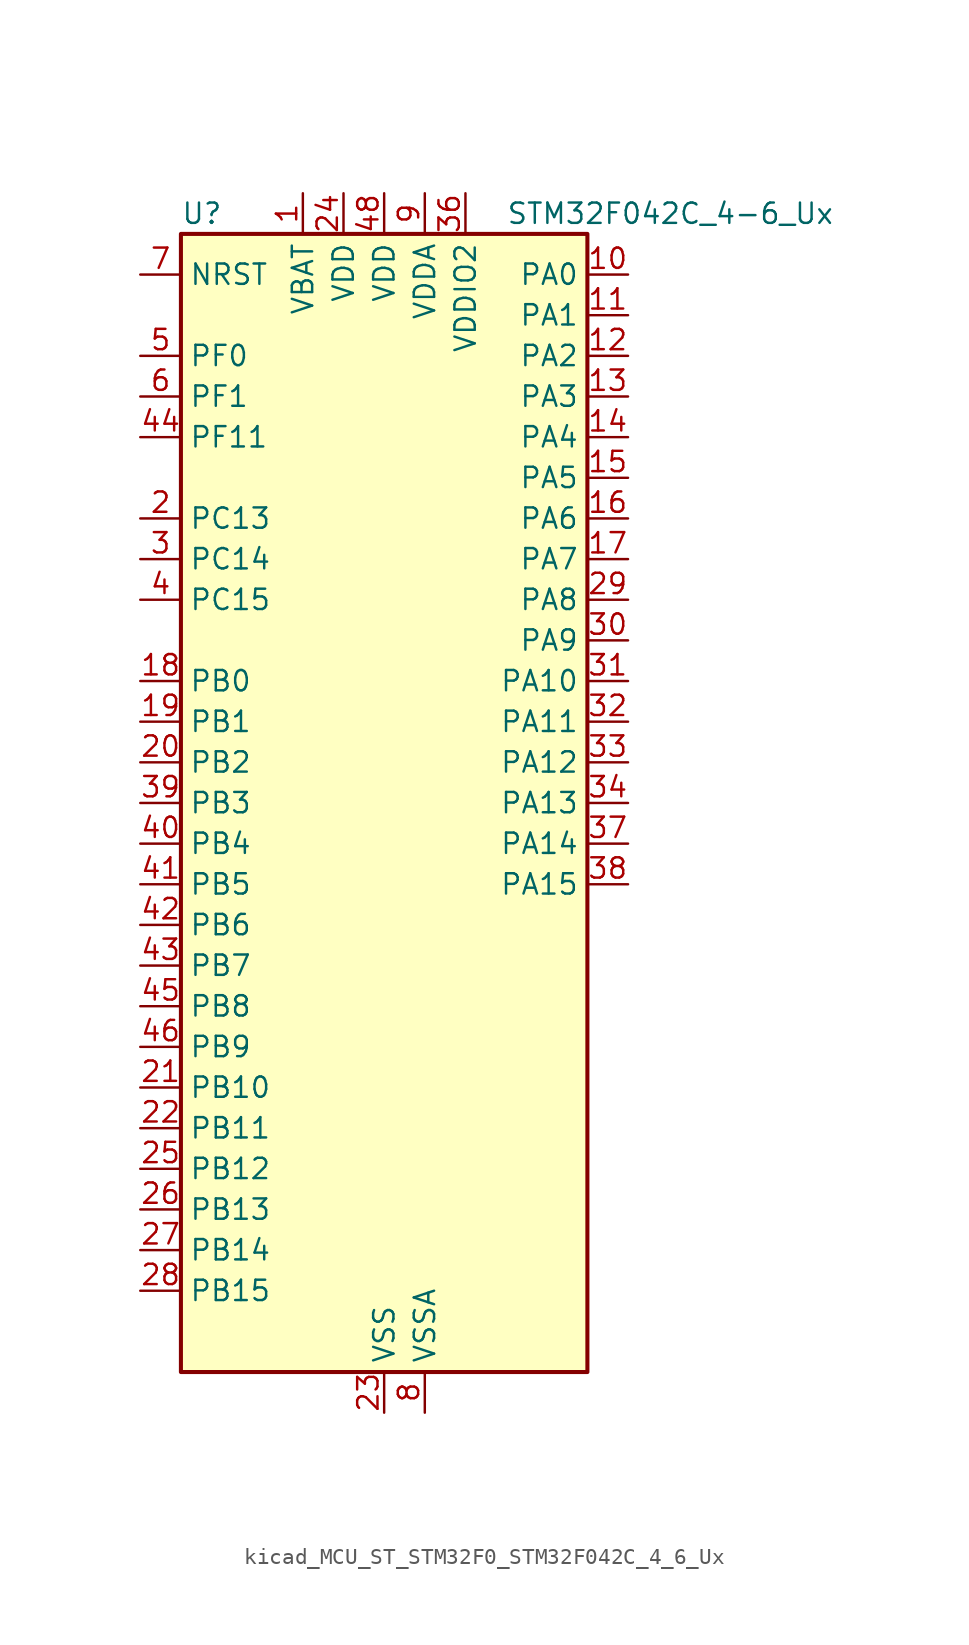
<source format=kicad_sym>
(kicad_symbol_lib
  (version 20220914)
  (generator kicad_symbol_editor)
  (symbol "kicad_MCU_ST_STM32F0_STM32F042C_4_6_Ux"
    (property "Reference" "U"
      (at -12.7 36.83 0)
      (effects (font (size 1.27 1.27)) (justify left)))
    (property "Value" "STM32F042C_4-6_Ux"
      (at 7.62 36.83 0)
      (effects (font (size 1.27 1.27)) (justify left)))
    (property "ki_locked" ""
      (at 0 0 0)
      (effects (font (size 1.27 1.27))))
    (symbol "kicad_MCU_ST_STM32F0_STM32F042C_4_6_Ux_0_1"
      (rectangle (start -12.7 -35.56) (end 12.7 35.56) (stroke (width 0.254) (type default)) (fill (type background))))
    (symbol "kicad_MCU_ST_STM32F0_STM32F042C_4_6_Ux_1_1"
      (pin power_in line (at -5.08 38.1 270) (length 2.54) (name "VBAT" (effects (font (size 1.27 1.27)))) (number "1" (effects (font (size 1.27 1.27)))))
      (pin bidirectional line (at 15.24 33.02 180) (length 2.54) (name "PA0" (effects (font (size 1.27 1.27)))) (number "10" (effects (font (size 1.27 1.27)))) (alternate "ADC_IN0" bidirectional line) (alternate "RTC_TAMP2" bidirectional line) (alternate "SYS_WKUP1" bidirectional line) (alternate "TIM2_CH1" bidirectional line) (alternate "TIM2_ETR" bidirectional line) (alternate "TSC_G1_IO1" bidirectional line) (alternate "USART2_CTS" bidirectional line))
      (pin bidirectional line (at 15.24 30.48 180) (length 2.54) (name "PA1" (effects (font (size 1.27 1.27)))) (number "11" (effects (font (size 1.27 1.27)))) (alternate "ADC_IN1" bidirectional line) (alternate "TIM2_CH2" bidirectional line) (alternate "TSC_G1_IO2" bidirectional line) (alternate "USART2_DE" bidirectional line) (alternate "USART2_RTS" bidirectional line))
      (pin bidirectional line (at 15.24 27.94 180) (length 2.54) (name "PA2" (effects (font (size 1.27 1.27)))) (number "12" (effects (font (size 1.27 1.27)))) (alternate "ADC_IN2" bidirectional line) (alternate "SYS_WKUP4" bidirectional line) (alternate "TIM2_CH3" bidirectional line) (alternate "TSC_G1_IO3" bidirectional line) (alternate "USART2_TX" bidirectional line))
      (pin bidirectional line (at 15.24 25.4 180) (length 2.54) (name "PA3" (effects (font (size 1.27 1.27)))) (number "13" (effects (font (size 1.27 1.27)))) (alternate "ADC_IN3" bidirectional line) (alternate "TIM2_CH4" bidirectional line) (alternate "TSC_G1_IO4" bidirectional line) (alternate "USART2_RX" bidirectional line))
      (pin bidirectional line (at 15.24 22.86 180) (length 2.54) (name "PA4" (effects (font (size 1.27 1.27)))) (number "14" (effects (font (size 1.27 1.27)))) (alternate "ADC_IN4" bidirectional line) (alternate "I2S1_WS" bidirectional line) (alternate "SPI1_NSS" bidirectional line) (alternate "TIM14_CH1" bidirectional line) (alternate "TSC_G2_IO1" bidirectional line) (alternate "USART2_CK" bidirectional line) (alternate "USB_NOE" bidirectional line))
      (pin bidirectional line (at 15.24 20.32 180) (length 2.54) (name "PA5" (effects (font (size 1.27 1.27)))) (number "15" (effects (font (size 1.27 1.27)))) (alternate "ADC_IN5" bidirectional line) (alternate "CEC" bidirectional line) (alternate "I2S1_CK" bidirectional line) (alternate "SPI1_SCK" bidirectional line) (alternate "TIM2_CH1" bidirectional line) (alternate "TIM2_ETR" bidirectional line) (alternate "TSC_G2_IO2" bidirectional line))
      (pin bidirectional line (at 15.24 17.78 180) (length 2.54) (name "PA6" (effects (font (size 1.27 1.27)))) (number "16" (effects (font (size 1.27 1.27)))) (alternate "ADC_IN6" bidirectional line) (alternate "I2S1_MCK" bidirectional line) (alternate "SPI1_MISO" bidirectional line) (alternate "TIM16_CH1" bidirectional line) (alternate "TIM1_BKIN" bidirectional line) (alternate "TIM3_CH1" bidirectional line) (alternate "TSC_G2_IO3" bidirectional line))
      (pin bidirectional line (at 15.24 15.24 180) (length 2.54) (name "PA7" (effects (font (size 1.27 1.27)))) (number "17" (effects (font (size 1.27 1.27)))) (alternate "ADC_IN7" bidirectional line) (alternate "I2S1_SD" bidirectional line) (alternate "SPI1_MOSI" bidirectional line) (alternate "TIM14_CH1" bidirectional line) (alternate "TIM17_CH1" bidirectional line) (alternate "TIM1_CH1N" bidirectional line) (alternate "TIM3_CH2" bidirectional line) (alternate "TSC_G2_IO4" bidirectional line))
      (pin bidirectional line (at -15.24 7.62 0) (length 2.54) (name "PB0" (effects (font (size 1.27 1.27)))) (number "18" (effects (font (size 1.27 1.27)))) (alternate "ADC_IN8" bidirectional line) (alternate "TIM1_CH2N" bidirectional line) (alternate "TIM3_CH3" bidirectional line) (alternate "TSC_G3_IO2" bidirectional line))
      (pin bidirectional line (at -15.24 5.08 0) (length 2.54) (name "PB1" (effects (font (size 1.27 1.27)))) (number "19" (effects (font (size 1.27 1.27)))) (alternate "ADC_IN9" bidirectional line) (alternate "TIM14_CH1" bidirectional line) (alternate "TIM1_CH3N" bidirectional line) (alternate "TIM3_CH4" bidirectional line) (alternate "TSC_G3_IO3" bidirectional line))
      (pin bidirectional line (at -15.24 17.78 0) (length 2.54) (name "PC13" (effects (font (size 1.27 1.27)))) (number "2" (effects (font (size 1.27 1.27)))) (alternate "RTC_OUT_ALARM" bidirectional line) (alternate "RTC_OUT_CALIB" bidirectional line) (alternate "RTC_TAMP1" bidirectional line) (alternate "RTC_TS" bidirectional line) (alternate "SYS_WKUP2" bidirectional line))
      (pin bidirectional line (at -15.24 2.54 0) (length 2.54) (name "PB2" (effects (font (size 1.27 1.27)))) (number "20" (effects (font (size 1.27 1.27)))) (alternate "TSC_G3_IO4" bidirectional line))
      (pin bidirectional line (at -15.24 -17.78 0) (length 2.54) (name "PB10" (effects (font (size 1.27 1.27)))) (number "21" (effects (font (size 1.27 1.27)))) (alternate "CEC" bidirectional line) (alternate "I2C1_SCL" bidirectional line) (alternate "SPI2_SCK" bidirectional line) (alternate "TIM2_CH3" bidirectional line) (alternate "TSC_SYNC" bidirectional line))
      (pin bidirectional line (at -15.24 -20.32 0) (length 2.54) (name "PB11" (effects (font (size 1.27 1.27)))) (number "22" (effects (font (size 1.27 1.27)))) (alternate "I2C1_SDA" bidirectional line) (alternate "TIM2_CH4" bidirectional line))
      (pin power_in line (at 0 -38.1 90) (length 2.54) (name "VSS" (effects (font (size 1.27 1.27)))) (number "23" (effects (font (size 1.27 1.27)))))
      (pin power_in line (at -2.54 38.1 270) (length 2.54) (name "VDD" (effects (font (size 1.27 1.27)))) (number "24" (effects (font (size 1.27 1.27)))))
      (pin bidirectional line (at -15.24 -22.86 0) (length 2.54) (name "PB12" (effects (font (size 1.27 1.27)))) (number "25" (effects (font (size 1.27 1.27)))) (alternate "SPI2_NSS" bidirectional line) (alternate "TIM1_BKIN" bidirectional line))
      (pin bidirectional line (at -15.24 -25.4 0) (length 2.54) (name "PB13" (effects (font (size 1.27 1.27)))) (number "26" (effects (font (size 1.27 1.27)))) (alternate "I2C1_SCL" bidirectional line) (alternate "SPI2_SCK" bidirectional line) (alternate "TIM1_CH1N" bidirectional line))
      (pin bidirectional line (at -15.24 -27.94 0) (length 2.54) (name "PB14" (effects (font (size 1.27 1.27)))) (number "27" (effects (font (size 1.27 1.27)))) (alternate "I2C1_SDA" bidirectional line) (alternate "SPI2_MISO" bidirectional line) (alternate "TIM1_CH2N" bidirectional line))
      (pin bidirectional line (at -15.24 -30.48 0) (length 2.54) (name "PB15" (effects (font (size 1.27 1.27)))) (number "28" (effects (font (size 1.27 1.27)))) (alternate "RTC_REFIN" bidirectional line) (alternate "SPI2_MOSI" bidirectional line) (alternate "SYS_WKUP7" bidirectional line) (alternate "TIM1_CH3N" bidirectional line))
      (pin bidirectional line (at 15.24 12.7 180) (length 2.54) (name "PA8" (effects (font (size 1.27 1.27)))) (number "29" (effects (font (size 1.27 1.27)))) (alternate "CRS_SYNC" bidirectional line) (alternate "RCC_MCO" bidirectional line) (alternate "TIM1_CH1" bidirectional line) (alternate "USART1_CK" bidirectional line))
      (pin bidirectional line (at -15.24 15.24 0) (length 2.54) (name "PC14" (effects (font (size 1.27 1.27)))) (number "3" (effects (font (size 1.27 1.27)))) (alternate "RCC_OSC32_IN" bidirectional line))
      (pin bidirectional line (at 15.24 10.16 180) (length 2.54) (name "PA9" (effects (font (size 1.27 1.27)))) (number "30" (effects (font (size 1.27 1.27)))) (alternate "I2C1_SCL" bidirectional line) (alternate "TIM1_CH2" bidirectional line) (alternate "TSC_G4_IO1" bidirectional line) (alternate "USART1_TX" bidirectional line))
      (pin bidirectional line (at 15.24 7.62 180) (length 2.54) (name "PA10" (effects (font (size 1.27 1.27)))) (number "31" (effects (font (size 1.27 1.27)))) (alternate "I2C1_SDA" bidirectional line) (alternate "TIM17_BKIN" bidirectional line) (alternate "TIM1_CH3" bidirectional line) (alternate "TSC_G4_IO2" bidirectional line) (alternate "USART1_RX" bidirectional line))
      (pin bidirectional line (at 15.24 5.08 180) (length 2.54) (name "PA11" (effects (font (size 1.27 1.27)))) (number "32" (effects (font (size 1.27 1.27)))) (alternate "CAN_RX" bidirectional line) (alternate "I2C1_SCL" bidirectional line) (alternate "TIM1_CH4" bidirectional line) (alternate "TSC_G4_IO3" bidirectional line) (alternate "USART1_CTS" bidirectional line) (alternate "USB_DM" bidirectional line))
      (pin bidirectional line (at 15.24 2.54 180) (length 2.54) (name "PA12" (effects (font (size 1.27 1.27)))) (number "33" (effects (font (size 1.27 1.27)))) (alternate "CAN_TX" bidirectional line) (alternate "I2C1_SDA" bidirectional line) (alternate "TIM1_ETR" bidirectional line) (alternate "TSC_G4_IO4" bidirectional line) (alternate "USART1_DE" bidirectional line) (alternate "USART1_RTS" bidirectional line) (alternate "USB_DP" bidirectional line))
      (pin bidirectional line (at 15.24 0 180) (length 2.54) (name "PA13" (effects (font (size 1.27 1.27)))) (number "34" (effects (font (size 1.27 1.27)))) (alternate "IR_OUT" bidirectional line) (alternate "SYS_SWDIO" bidirectional line) (alternate "USB_NOE" bidirectional line))
      (pin passive line (at 0 -38.1 90) (length 2.54) hide (name "VSS" (effects (font (size 1.27 1.27)))) (number "35" (effects (font (size 1.27 1.27)))))
      (pin power_in line (at 5.08 38.1 270) (length 2.54) (name "VDDIO2" (effects (font (size 1.27 1.27)))) (number "36" (effects (font (size 1.27 1.27)))))
      (pin bidirectional line (at 15.24 -2.54 180) (length 2.54) (name "PA14" (effects (font (size 1.27 1.27)))) (number "37" (effects (font (size 1.27 1.27)))) (alternate "SYS_SWCLK" bidirectional line) (alternate "USART2_TX" bidirectional line))
      (pin bidirectional line (at 15.24 -5.08 180) (length 2.54) (name "PA15" (effects (font (size 1.27 1.27)))) (number "38" (effects (font (size 1.27 1.27)))) (alternate "I2S1_WS" bidirectional line) (alternate "SPI1_NSS" bidirectional line) (alternate "TIM2_CH1" bidirectional line) (alternate "TIM2_ETR" bidirectional line) (alternate "USART2_RX" bidirectional line) (alternate "USB_NOE" bidirectional line))
      (pin bidirectional line (at -15.24 0 0) (length 2.54) (name "PB3" (effects (font (size 1.27 1.27)))) (number "39" (effects (font (size 1.27 1.27)))) (alternate "I2S1_CK" bidirectional line) (alternate "SPI1_SCK" bidirectional line) (alternate "TIM2_CH2" bidirectional line) (alternate "TSC_G5_IO1" bidirectional line))
      (pin bidirectional line (at -15.24 12.7 0) (length 2.54) (name "PC15" (effects (font (size 1.27 1.27)))) (number "4" (effects (font (size 1.27 1.27)))) (alternate "RCC_OSC32_OUT" bidirectional line))
      (pin bidirectional line (at -15.24 -2.54 0) (length 2.54) (name "PB4" (effects (font (size 1.27 1.27)))) (number "40" (effects (font (size 1.27 1.27)))) (alternate "I2S1_MCK" bidirectional line) (alternate "SPI1_MISO" bidirectional line) (alternate "TIM17_BKIN" bidirectional line) (alternate "TIM3_CH1" bidirectional line) (alternate "TSC_G5_IO2" bidirectional line))
      (pin bidirectional line (at -15.24 -5.08 0) (length 2.54) (name "PB5" (effects (font (size 1.27 1.27)))) (number "41" (effects (font (size 1.27 1.27)))) (alternate "I2C1_SMBA" bidirectional line) (alternate "I2S1_SD" bidirectional line) (alternate "SPI1_MOSI" bidirectional line) (alternate "SYS_WKUP6" bidirectional line) (alternate "TIM16_BKIN" bidirectional line) (alternate "TIM3_CH2" bidirectional line))
      (pin bidirectional line (at -15.24 -7.62 0) (length 2.54) (name "PB6" (effects (font (size 1.27 1.27)))) (number "42" (effects (font (size 1.27 1.27)))) (alternate "I2C1_SCL" bidirectional line) (alternate "TIM16_CH1N" bidirectional line) (alternate "TSC_G5_IO3" bidirectional line) (alternate "USART1_TX" bidirectional line))
      (pin bidirectional line (at -15.24 -10.16 0) (length 2.54) (name "PB7" (effects (font (size 1.27 1.27)))) (number "43" (effects (font (size 1.27 1.27)))) (alternate "I2C1_SDA" bidirectional line) (alternate "TIM17_CH1N" bidirectional line) (alternate "TSC_G5_IO4" bidirectional line) (alternate "USART1_RX" bidirectional line))
      (pin bidirectional line (at -15.24 22.86 0) (length 2.54) (name "PF11" (effects (font (size 1.27 1.27)))) (number "44" (effects (font (size 1.27 1.27)))))
      (pin bidirectional line (at -15.24 -12.7 0) (length 2.54) (name "PB8" (effects (font (size 1.27 1.27)))) (number "45" (effects (font (size 1.27 1.27)))) (alternate "CAN_RX" bidirectional line) (alternate "CEC" bidirectional line) (alternate "I2C1_SCL" bidirectional line) (alternate "TIM16_CH1" bidirectional line) (alternate "TSC_SYNC" bidirectional line))
      (pin bidirectional line (at -15.24 -15.24 0) (length 2.54) (name "PB9" (effects (font (size 1.27 1.27)))) (number "46" (effects (font (size 1.27 1.27)))) (alternate "CAN_TX" bidirectional line) (alternate "I2C1_SDA" bidirectional line) (alternate "IR_OUT" bidirectional line) (alternate "SPI2_NSS" bidirectional line) (alternate "TIM17_CH1" bidirectional line))
      (pin passive line (at 0 -38.1 90) (length 2.54) hide (name "VSS" (effects (font (size 1.27 1.27)))) (number "47" (effects (font (size 1.27 1.27)))))
      (pin power_in line (at 0 38.1 270) (length 2.54) (name "VDD" (effects (font (size 1.27 1.27)))) (number "48" (effects (font (size 1.27 1.27)))))
      (pin passive line (at 0 -38.1 90) (length 2.54) hide (name "VSS" (effects (font (size 1.27 1.27)))) (number "49" (effects (font (size 1.27 1.27)))))
      (pin bidirectional line (at -15.24 27.94 0) (length 2.54) (name "PF0" (effects (font (size 1.27 1.27)))) (number "5" (effects (font (size 1.27 1.27)))) (alternate "CRS_SYNC" bidirectional line) (alternate "I2C1_SDA" bidirectional line) (alternate "RCC_OSC_IN" bidirectional line))
      (pin bidirectional line (at -15.24 25.4 0) (length 2.54) (name "PF1" (effects (font (size 1.27 1.27)))) (number "6" (effects (font (size 1.27 1.27)))) (alternate "I2C1_SCL" bidirectional line) (alternate "RCC_OSC_OUT" bidirectional line))
      (pin input line (at -15.24 33.02 0) (length 2.54) (name "NRST" (effects (font (size 1.27 1.27)))) (number "7" (effects (font (size 1.27 1.27)))))
      (pin power_in line (at 2.54 -38.1 90) (length 2.54) (name "VSSA" (effects (font (size 1.27 1.27)))) (number "8" (effects (font (size 1.27 1.27)))))
      (pin power_in line (at 2.54 38.1 270) (length 2.54) (name "VDDA" (effects (font (size 1.27 1.27)))) (number "9" (effects (font (size 1.27 1.27))))))))
</source>
